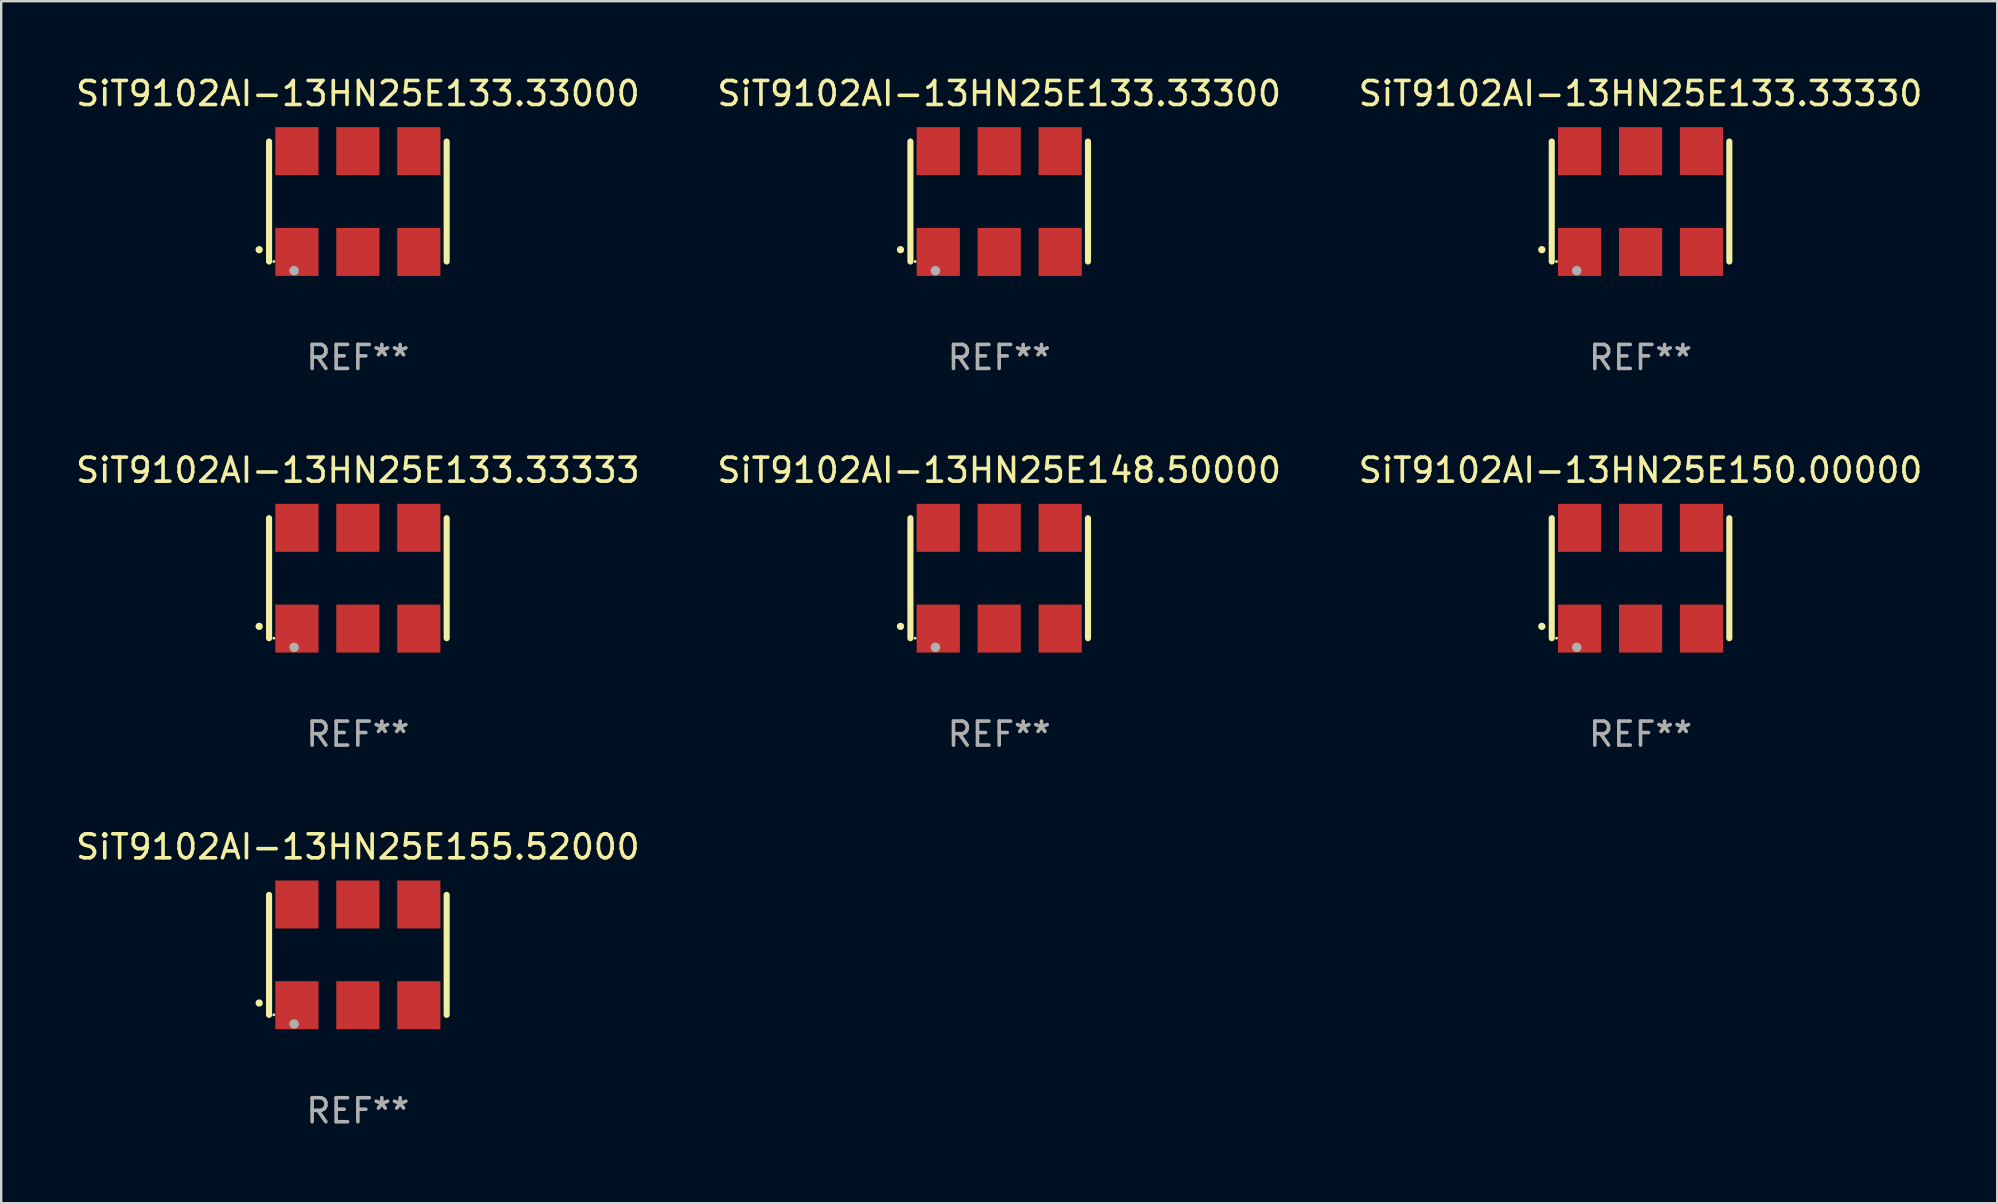
<source format=kicad_pcb>
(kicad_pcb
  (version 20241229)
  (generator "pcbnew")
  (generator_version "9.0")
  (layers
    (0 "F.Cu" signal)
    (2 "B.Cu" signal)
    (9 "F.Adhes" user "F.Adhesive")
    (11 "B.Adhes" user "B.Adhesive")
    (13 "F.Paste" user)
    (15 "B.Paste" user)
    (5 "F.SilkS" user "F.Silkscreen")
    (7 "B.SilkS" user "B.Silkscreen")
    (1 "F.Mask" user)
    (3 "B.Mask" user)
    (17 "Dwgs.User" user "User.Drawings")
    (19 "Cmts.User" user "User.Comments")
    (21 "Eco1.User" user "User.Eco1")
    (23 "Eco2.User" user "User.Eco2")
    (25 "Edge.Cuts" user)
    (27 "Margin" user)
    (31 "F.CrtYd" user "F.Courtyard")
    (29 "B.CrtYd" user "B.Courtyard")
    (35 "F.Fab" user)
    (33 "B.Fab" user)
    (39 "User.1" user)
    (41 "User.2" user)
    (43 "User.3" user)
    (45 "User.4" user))
  (footprint "SiT9102AI-13HN25E148.50000"
    (layer "F.Cu")
    (at 38.589 21.045)
    (property "Reference" "SiT9102AI-13HN25E148.50000" (at 0 -4.5 0) (layer "F.SilkS") (effects (font (size 1 1) (thickness 0.15))))
    (attr through_hole)
    (fp_line (start -3.7 -2.5) (end -3.7 2.5) (stroke (width 0.254) (type solid)) (layer "F.SilkS"))
    (fp_line (start 3.7 -2.5) (end 3.7 2.5) (stroke (width 0.254) (type solid)) (layer "F.SilkS"))
    (fp_arc (start -4.114415 2.006604) (mid -4.113145 2.006599) (end -4.111875 2.006604) (stroke (width 0.3) (type solid)) (layer "F.SilkS"))
    (fp_circle (center -3.502 2.5) (end -3.472 2.5) (stroke (width 0.06) (type solid)) (fill no) (layer "F.SilkS"))
    (fp_circle (center -2.657 2.882) (end -2.557 2.882) (stroke (width 0.2) (type solid)) (fill no) (layer "F.Fab"))
    (fp_text user "REF**" (at 0 6.5 0) (layer "F.Fab") (effects (font (size 1 1) (thickness 0.15))))
    (pad "1" smd rect (at -2.54 2.1) (size 1.8 2) (layers "F.Cu" "F.Mask" "F.Paste"))
    (pad "2" smd rect (at 0.000394 2.1) (size 1.8 2) (layers "F.Cu" "F.Mask" "F.Paste"))
    (pad "3" smd rect (at 2.54 2.1) (size 1.8 2) (layers "F.Cu" "F.Mask" "F.Paste"))
    (pad "4" smd rect (at 2.54 -2.1) (size 1.8 2) (layers "F.Cu" "F.Mask" "F.Paste"))
    (pad "5" smd rect (at 0.000394 -2.1) (size 1.8 2) (layers "F.Cu" "F.Mask" "F.Paste"))
    (pad "6" smd rect (at -2.54 -2.1) (size 1.8 2) (layers "F.Cu" "F.Mask" "F.Paste")))
  (footprint "SiT9102AI-13HN25E133.33330"
    (layer "F.Cu")
    (at 65.315 5.348)
    (property "Reference" "SiT9102AI-13HN25E133.33330" (at 0 -4.5 0) (layer "F.SilkS") (effects (font (size 1 1) (thickness 0.15))))
    (attr through_hole)
    (fp_line (start -3.7 -2.5) (end -3.7 2.5) (stroke (width 0.254) (type solid)) (layer "F.SilkS"))
    (fp_line (start 3.7 -2.5) (end 3.7 2.5) (stroke (width 0.254) (type solid)) (layer "F.SilkS"))
    (fp_arc (start -4.114415 2.006604) (mid -4.113145 2.006599) (end -4.111875 2.006604) (stroke (width 0.3) (type solid)) (layer "F.SilkS"))
    (fp_circle (center -3.502 2.5) (end -3.472 2.5) (stroke (width 0.06) (type solid)) (fill no) (layer "F.SilkS"))
    (fp_circle (center -2.657 2.882) (end -2.557 2.882) (stroke (width 0.2) (type solid)) (fill no) (layer "F.Fab"))
    (fp_text user "REF**" (at 0 6.5 0) (layer "F.Fab") (effects (font (size 1 1) (thickness 0.15))))
    (pad "1" smd rect (at -2.54 2.1) (size 1.8 2) (layers "F.Cu" "F.Mask" "F.Paste"))
    (pad "2" smd rect (at 0.000394 2.1) (size 1.8 2) (layers "F.Cu" "F.Mask" "F.Paste"))
    (pad "3" smd rect (at 2.54 2.1) (size 1.8 2) (layers "F.Cu" "F.Mask" "F.Paste"))
    (pad "4" smd rect (at 2.54 -2.1) (size 1.8 2) (layers "F.Cu" "F.Mask" "F.Paste"))
    (pad "5" smd rect (at 0.000394 -2.1) (size 1.8 2) (layers "F.Cu" "F.Mask" "F.Paste"))
    (pad "6" smd rect (at -2.54 -2.1) (size 1.8 2) (layers "F.Cu" "F.Mask" "F.Paste")))
  (footprint "SiT9102AI-13HN25E150.00000"
    (layer "F.Cu")
    (at 65.315 21.045)
    (property "Reference" "SiT9102AI-13HN25E150.00000" (at 0 -4.5 0) (layer "F.SilkS") (effects (font (size 1 1) (thickness 0.15))))
    (attr through_hole)
    (fp_line (start -3.7 -2.5) (end -3.7 2.5) (stroke (width 0.254) (type solid)) (layer "F.SilkS"))
    (fp_line (start 3.7 -2.5) (end 3.7 2.5) (stroke (width 0.254) (type solid)) (layer "F.SilkS"))
    (fp_arc (start -4.114415 2.006604) (mid -4.113145 2.006599) (end -4.111875 2.006604) (stroke (width 0.3) (type solid)) (layer "F.SilkS"))
    (fp_circle (center -3.502 2.5) (end -3.472 2.5) (stroke (width 0.06) (type solid)) (fill no) (layer "F.SilkS"))
    (fp_circle (center -2.657 2.882) (end -2.557 2.882) (stroke (width 0.2) (type solid)) (fill no) (layer "F.Fab"))
    (fp_text user "REF**" (at 0 6.5 0) (layer "F.Fab") (effects (font (size 1 1) (thickness 0.15))))
    (pad "1" smd rect (at -2.54 2.1) (size 1.8 2) (layers "F.Cu" "F.Mask" "F.Paste"))
    (pad "2" smd rect (at 0.000394 2.1) (size 1.8 2) (layers "F.Cu" "F.Mask" "F.Paste"))
    (pad "3" smd rect (at 2.54 2.1) (size 1.8 2) (layers "F.Cu" "F.Mask" "F.Paste"))
    (pad "4" smd rect (at 2.54 -2.1) (size 1.8 2) (layers "F.Cu" "F.Mask" "F.Paste"))
    (pad "5" smd rect (at 0.000394 -2.1) (size 1.8 2) (layers "F.Cu" "F.Mask" "F.Paste"))
    (pad "6" smd rect (at -2.54 -2.1) (size 1.8 2) (layers "F.Cu" "F.Mask" "F.Paste")))
  (footprint "SiT9102AI-13HN25E133.33000"
    (layer "F.Cu")
    (at 11.863 5.348)
    (property "Reference" "SiT9102AI-13HN25E133.33000" (at 0 -4.5 0) (layer "F.SilkS") (effects (font (size 1 1) (thickness 0.15))))
    (attr through_hole)
    (fp_line (start -3.7 -2.5) (end -3.7 2.5) (stroke (width 0.254) (type solid)) (layer "F.SilkS"))
    (fp_line (start 3.7 -2.5) (end 3.7 2.5) (stroke (width 0.254) (type solid)) (layer "F.SilkS"))
    (fp_arc (start -4.114415 2.006604) (mid -4.113145 2.006599) (end -4.111875 2.006604) (stroke (width 0.3) (type solid)) (layer "F.SilkS"))
    (fp_circle (center -3.502 2.5) (end -3.472 2.5) (stroke (width 0.06) (type solid)) (fill no) (layer "F.SilkS"))
    (fp_circle (center -2.657 2.882) (end -2.557 2.882) (stroke (width 0.2) (type solid)) (fill no) (layer "F.Fab"))
    (fp_text user "REF**" (at 0 6.5 0) (layer "F.Fab") (effects (font (size 1 1) (thickness 0.15))))
    (pad "1" smd rect (at -2.54 2.1) (size 1.8 2) (layers "F.Cu" "F.Mask" "F.Paste"))
    (pad "2" smd rect (at 0.000394 2.1) (size 1.8 2) (layers "F.Cu" "F.Mask" "F.Paste"))
    (pad "3" smd rect (at 2.54 2.1) (size 1.8 2) (layers "F.Cu" "F.Mask" "F.Paste"))
    (pad "4" smd rect (at 2.54 -2.1) (size 1.8 2) (layers "F.Cu" "F.Mask" "F.Paste"))
    (pad "5" smd rect (at 0.000394 -2.1) (size 1.8 2) (layers "F.Cu" "F.Mask" "F.Paste"))
    (pad "6" smd rect (at -2.54 -2.1) (size 1.8 2) (layers "F.Cu" "F.Mask" "F.Paste")))
  (footprint "SiT9102AI-13HN25E155.52000"
    (layer "F.Cu")
    (at 11.863 36.741)
    (property "Reference" "SiT9102AI-13HN25E155.52000" (at 0 -4.5 0) (layer "F.SilkS") (effects (font (size 1 1) (thickness 0.15))))
    (attr through_hole)
    (fp_line (start -3.7 -2.5) (end -3.7 2.5) (stroke (width 0.254) (type solid)) (layer "F.SilkS"))
    (fp_line (start 3.7 -2.5) (end 3.7 2.5) (stroke (width 0.254) (type solid)) (layer "F.SilkS"))
    (fp_arc (start -4.114415 2.006604) (mid -4.113145 2.006599) (end -4.111875 2.006604) (stroke (width 0.3) (type solid)) (layer "F.SilkS"))
    (fp_circle (center -3.502 2.5) (end -3.472 2.5) (stroke (width 0.06) (type solid)) (fill no) (layer "F.SilkS"))
    (fp_circle (center -2.657 2.882) (end -2.557 2.882) (stroke (width 0.2) (type solid)) (fill no) (layer "F.Fab"))
    (fp_text user "REF**" (at 0 6.5 0) (layer "F.Fab") (effects (font (size 1 1) (thickness 0.15))))
    (pad "1" smd rect (at -2.54 2.1) (size 1.8 2) (layers "F.Cu" "F.Mask" "F.Paste"))
    (pad "2" smd rect (at 0.000394 2.1) (size 1.8 2) (layers "F.Cu" "F.Mask" "F.Paste"))
    (pad "3" smd rect (at 2.54 2.1) (size 1.8 2) (layers "F.Cu" "F.Mask" "F.Paste"))
    (pad "4" smd rect (at 2.54 -2.1) (size 1.8 2) (layers "F.Cu" "F.Mask" "F.Paste"))
    (pad "5" smd rect (at 0.000394 -2.1) (size 1.8 2) (layers "F.Cu" "F.Mask" "F.Paste"))
    (pad "6" smd rect (at -2.54 -2.1) (size 1.8 2) (layers "F.Cu" "F.Mask" "F.Paste")))
  (footprint "SiT9102AI-13HN25E133.33333"
    (layer "F.Cu")
    (at 11.863 21.045)
    (property "Reference" "SiT9102AI-13HN25E133.33333" (at 0 -4.5 0) (layer "F.SilkS") (effects (font (size 1 1) (thickness 0.15))))
    (attr through_hole)
    (fp_line (start -3.7 -2.5) (end -3.7 2.5) (stroke (width 0.254) (type solid)) (layer "F.SilkS"))
    (fp_line (start 3.7 -2.5) (end 3.7 2.5) (stroke (width 0.254) (type solid)) (layer "F.SilkS"))
    (fp_arc (start -4.114415 2.006604) (mid -4.113145 2.006599) (end -4.111875 2.006604) (stroke (width 0.3) (type solid)) (layer "F.SilkS"))
    (fp_circle (center -3.502 2.5) (end -3.472 2.5) (stroke (width 0.06) (type solid)) (fill no) (layer "F.SilkS"))
    (fp_circle (center -2.657 2.882) (end -2.557 2.882) (stroke (width 0.2) (type solid)) (fill no) (layer "F.Fab"))
    (fp_text user "REF**" (at 0 6.5 0) (layer "F.Fab") (effects (font (size 1 1) (thickness 0.15))))
    (pad "1" smd rect (at -2.54 2.1) (size 1.8 2) (layers "F.Cu" "F.Mask" "F.Paste"))
    (pad "2" smd rect (at 0.000394 2.1) (size 1.8 2) (layers "F.Cu" "F.Mask" "F.Paste"))
    (pad "3" smd rect (at 2.54 2.1) (size 1.8 2) (layers "F.Cu" "F.Mask" "F.Paste"))
    (pad "4" smd rect (at 2.54 -2.1) (size 1.8 2) (layers "F.Cu" "F.Mask" "F.Paste"))
    (pad "5" smd rect (at 0.000394 -2.1) (size 1.8 2) (layers "F.Cu" "F.Mask" "F.Paste"))
    (pad "6" smd rect (at -2.54 -2.1) (size 1.8 2) (layers "F.Cu" "F.Mask" "F.Paste")))
  (footprint "SiT9102AI-13HN25E133.33300"
    (layer "F.Cu")
    (at 38.589 5.348)
    (property "Reference" "SiT9102AI-13HN25E133.33300" (at 0 -4.5 0) (layer "F.SilkS") (effects (font (size 1 1) (thickness 0.15))))
    (attr through_hole)
    (fp_line (start -3.7 -2.5) (end -3.7 2.5) (stroke (width 0.254) (type solid)) (layer "F.SilkS"))
    (fp_line (start 3.7 -2.5) (end 3.7 2.5) (stroke (width 0.254) (type solid)) (layer "F.SilkS"))
    (fp_arc (start -4.114415 2.006604) (mid -4.113145 2.006599) (end -4.111875 2.006604) (stroke (width 0.3) (type solid)) (layer "F.SilkS"))
    (fp_circle (center -3.502 2.5) (end -3.472 2.5) (stroke (width 0.06) (type solid)) (fill no) (layer "F.SilkS"))
    (fp_circle (center -2.657 2.882) (end -2.557 2.882) (stroke (width 0.2) (type solid)) (fill no) (layer "F.Fab"))
    (fp_text user "REF**" (at 0 6.5 0) (layer "F.Fab") (effects (font (size 1 1) (thickness 0.15))))
    (pad "1" smd rect (at -2.54 2.1) (size 1.8 2) (layers "F.Cu" "F.Mask" "F.Paste"))
    (pad "2" smd rect (at 0.000394 2.1) (size 1.8 2) (layers "F.Cu" "F.Mask" "F.Paste"))
    (pad "3" smd rect (at 2.54 2.1) (size 1.8 2) (layers "F.Cu" "F.Mask" "F.Paste"))
    (pad "4" smd rect (at 2.54 -2.1) (size 1.8 2) (layers "F.Cu" "F.Mask" "F.Paste"))
    (pad "5" smd rect (at 0.000394 -2.1) (size 1.8 2) (layers "F.Cu" "F.Mask" "F.Paste"))
    (pad "6" smd rect (at -2.54 -2.1) (size 1.8 2) (layers "F.Cu" "F.Mask" "F.Paste")))
  (gr_rect
    (start -3 -3)
    (end 80.179 47.09)
    (stroke (width 0.1) (type default))
    (fill no)
    (layer "Edge.Cuts")))
</source>
